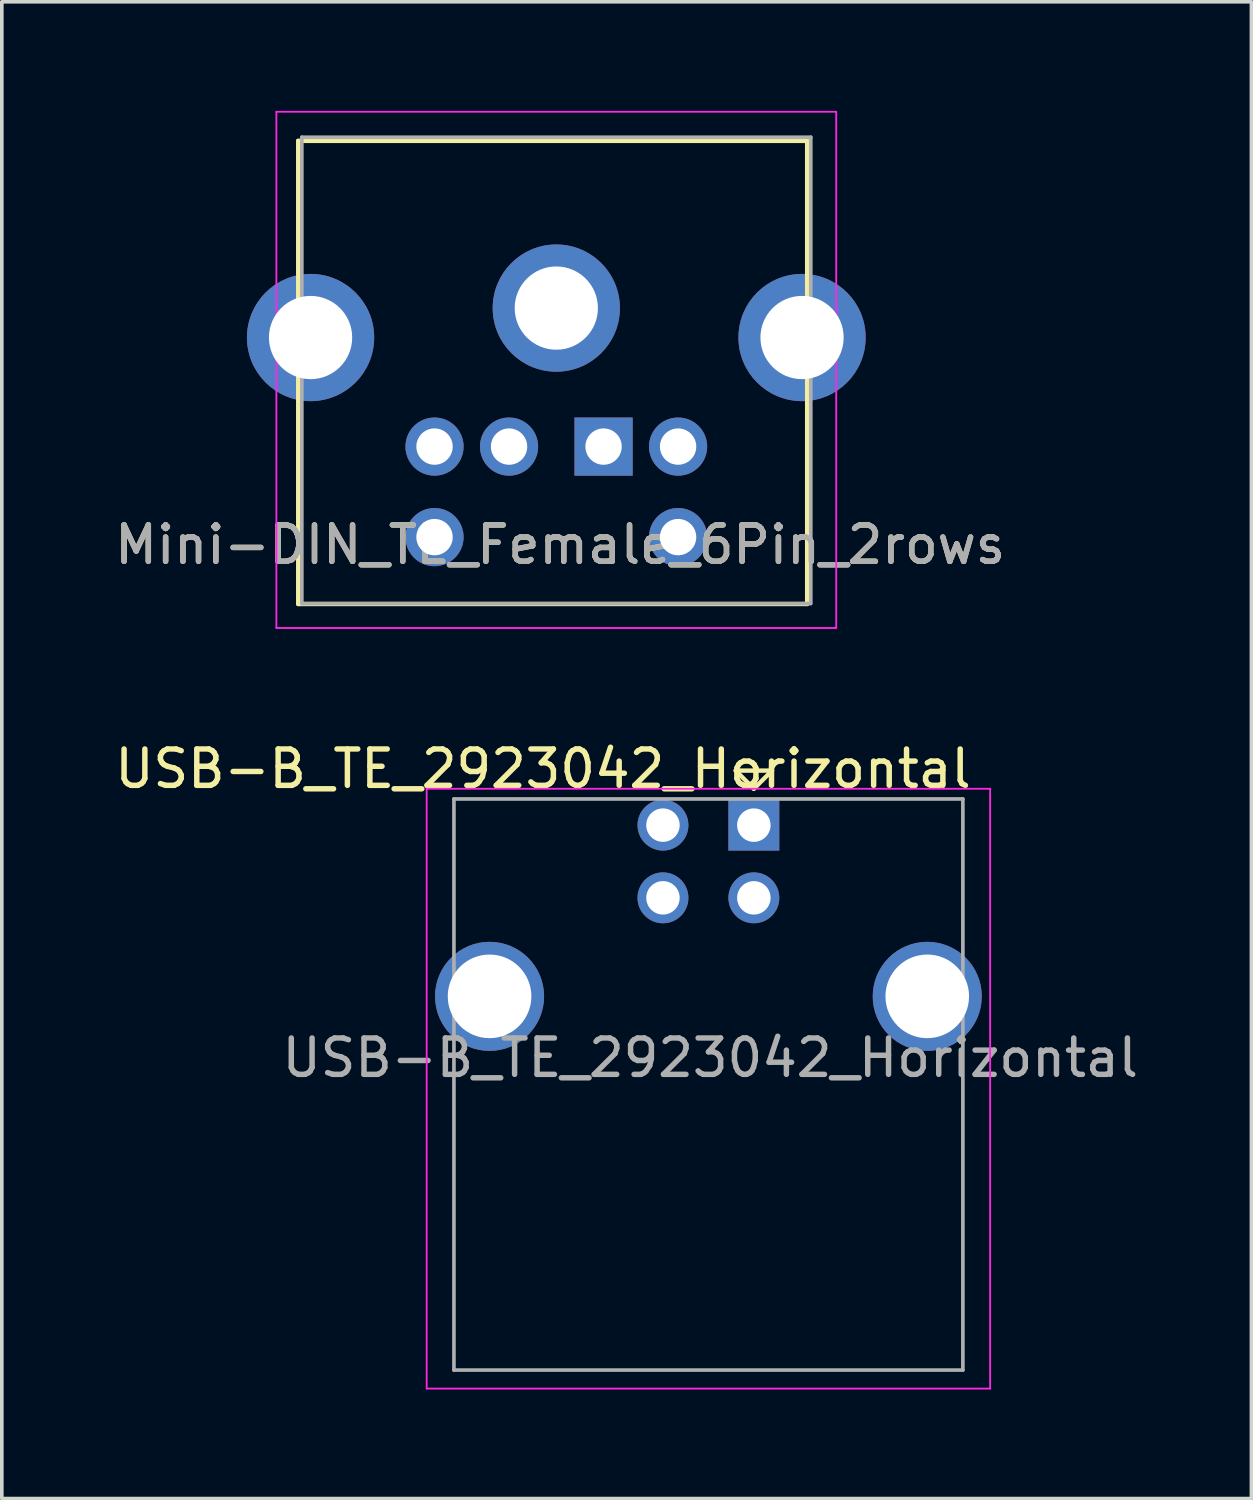
<source format=kicad_pcb>
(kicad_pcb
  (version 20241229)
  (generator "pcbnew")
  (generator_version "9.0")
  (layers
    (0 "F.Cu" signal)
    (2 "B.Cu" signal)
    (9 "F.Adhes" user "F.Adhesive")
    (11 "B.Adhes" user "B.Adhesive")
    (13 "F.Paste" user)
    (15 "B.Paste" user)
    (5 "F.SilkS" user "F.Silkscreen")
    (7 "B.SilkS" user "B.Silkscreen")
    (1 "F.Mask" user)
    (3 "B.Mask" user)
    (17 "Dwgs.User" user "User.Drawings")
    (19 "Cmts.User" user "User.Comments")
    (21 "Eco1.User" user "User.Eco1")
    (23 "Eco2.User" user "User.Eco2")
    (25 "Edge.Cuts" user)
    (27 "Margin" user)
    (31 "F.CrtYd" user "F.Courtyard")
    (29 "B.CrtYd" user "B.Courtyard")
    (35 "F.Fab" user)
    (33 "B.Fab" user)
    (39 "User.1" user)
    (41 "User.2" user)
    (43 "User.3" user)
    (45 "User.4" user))
  (footprint "USB-B_TE_2923042_Horizontal"
    (layer "F.Cu")
    (at 17.687 19.648)
    (property "Reference" "USB-B_TE_2923042_Horizontal" (at -5.8 -1.55 0) (layer "F.SilkS") (effects (font (size 1 1) (thickness 0.15))))
    (attr through_hole)
    (fp_line (start -0.5 -1.5) (end 0 -1) (stroke (width 0.12) (type solid)) (layer "F.SilkS"))
    (fp_line (start 0 -1) (end 0.5 -1.5) (stroke (width 0.12) (type solid)) (layer "F.SilkS"))
    (fp_line (start 0.5 -1.5) (end -0.5 -1.5) (stroke (width 0.12) (type solid)) (layer "F.SilkS"))
    (fp_line (start -9 -1) (end -9 15.5) (stroke (width 0.05) (type solid)) (layer "F.CrtYd"))
    (fp_line (start -9 -1) (end 6.5 -1) (stroke (width 0.05) (type solid)) (layer "F.CrtYd"))
    (fp_line (start 6.5 15.5) (end -9 15.5) (stroke (width 0.05) (type solid)) (layer "F.CrtYd"))
    (fp_line (start 6.5 15.5) (end 6.5 -1) (stroke (width 0.05) (type solid)) (layer "F.CrtYd"))
    (fp_line (start -8.25 -0.72) (end 5.75 -0.72) (stroke (width 0.1) (type solid)) (layer "F.Fab"))
    (fp_line (start -8.25 14.99) (end -8.25 -0.72) (stroke (width 0.1) (type solid)) (layer "F.Fab"))
    (fp_line (start 5.75 -0.72) (end 5.75 14.99) (stroke (width 0.1) (type solid)) (layer "F.Fab"))
    (fp_line (start 5.75 14.99) (end -8.25 14.99) (stroke (width 0.1) (type solid)) (layer "F.Fab"))
    (fp_text user "${REFERENCE}" (at -1.2 6.4 0) (layer "F.Fab") (effects (font (size 1 1) (thickness 0.15))))
    (pad "1" thru_hole rect (at 0 0) (size 1.4 1.4) (drill 0.92) (layers "*.Cu" "*.Mask"))
    (pad "2" thru_hole circle (at -2.5 0) (size 1.4 1.4) (drill 0.92) (layers "*.Cu" "*.Mask"))
    (pad "3" thru_hole circle (at -2.5 2) (size 1.4 1.4) (drill 0.92) (layers "*.Cu" "*.Mask"))
    (pad "4" thru_hole circle (at 0 2) (size 1.4 1.4) (drill 0.92) (layers "*.Cu" "*.Mask"))
    (pad "5" thru_hole circle (at -7.27 4.71) (size 3 3) (drill 2.3) (layers "*.Cu" "*.Mask"))
    (pad "5" thru_hole circle (at 4.77 4.71) (size 3 3) (drill 2.3) (layers "*.Cu" "*.Mask")))
  (footprint "Mini-DIN_TE_Female_6Pin_2rows"
    (layer "F.Cu")
    (at 12.253 0.725)
    (property "Reference" "Mini-DIN_TE_Female_6Pin_2rows" (at 0.11 11.21 0) (layer "F.SilkS") (effects (font (size 1 1) (thickness 0.15))))
    (attr through_hole)
    (fp_line (start -7.1 0.1) (end -7.1 12.84) (stroke (width 0.12) (type solid)) (layer "F.SilkS"))
    (fp_line (start -7.1 0.1) (end 6.9 0.1) (stroke (width 0.12) (type solid)) (layer "F.SilkS"))
    (fp_line (start -7.1 12.84) (end 6.9 12.84) (stroke (width 0.12) (type solid)) (layer "F.SilkS"))
    (fp_line (start 6.9 0.1) (end 6.9 12.84) (stroke (width 0.12) (type solid)) (layer "F.SilkS"))
    (fp_line (start -7.7 -0.7) (end -7.7 13.5) (stroke (width 0.05) (type solid)) (layer "F.CrtYd"))
    (fp_line (start -7.7 -0.7) (end 7.7 -0.7) (stroke (width 0.05) (type solid)) (layer "F.CrtYd"))
    (fp_line (start -7.7 13.5) (end 7.7 13.5) (stroke (width 0.05) (type solid)) (layer "F.CrtYd"))
    (fp_line (start 7.7 -0.7) (end 7.7 13.5) (stroke (width 0.05) (type solid)) (layer "F.CrtYd"))
    (fp_line (start -7 0) (end -7 12.83) (stroke (width 0.1) (type solid)) (layer "F.Fab"))
    (fp_line (start -7 0) (end 7 0) (stroke (width 0.1) (type solid)) (layer "F.Fab"))
    (fp_line (start -7 12.83) (end 7 12.83) (stroke (width 0.1) (type solid)) (layer "F.Fab"))
    (fp_line (start 7 0) (end 7 12.8) (stroke (width 0.1) (type solid)) (layer "F.Fab"))
    (fp_text user "${REFERENCE}" (at 0.11 11.21 0) (layer "F.Fab") (effects (font (size 1 1) (thickness 0.15))))
    (pad "1" thru_hole rect (at 1.3 8.51) (size 1.6 1.6) (drill 1) (layers "*.Cu" "*.Mask"))
    (pad "2" thru_hole circle (at -1.3 8.51) (size 1.6 1.6) (drill 1) (layers "*.Cu" "*.Mask"))
    (pad "3" thru_hole circle (at 3.35 8.51) (size 1.6 1.6) (drill 1) (layers "*.Cu" "*.Mask"))
    (pad "4" thru_hole circle (at -3.35 8.51) (size 1.6 1.6) (drill 1) (layers "*.Cu" "*.Mask"))
    (pad "5" thru_hole circle (at 3.35 11) (size 1.6 1.6) (drill 1) (layers "*.Cu" "*.Mask"))
    (pad "6" thru_hole circle (at -3.35 11) (size 1.6 1.6) (drill 1) (layers "*.Cu" "*.Mask"))
    (pad "7" thru_hole circle (at -6.76 5.51) (size 3.5 3.5) (drill 2.29) (layers "*.Cu" "*.Mask"))
    (pad "7" thru_hole circle (at 0 4.7) (size 3.5 3.5) (drill 2.29) (layers "*.Cu" "*.Mask"))
    (pad "7" thru_hole circle (at 6.76 5.51) (size 3.5 3.5) (drill 2.29) (layers "*.Cu" "*.Mask")))
  (gr_rect
    (start -3 -3)
    (end 31.374 38.173)
    (stroke (width 0.1) (type default))
    (fill no)
    (layer "Edge.Cuts")))
</source>
